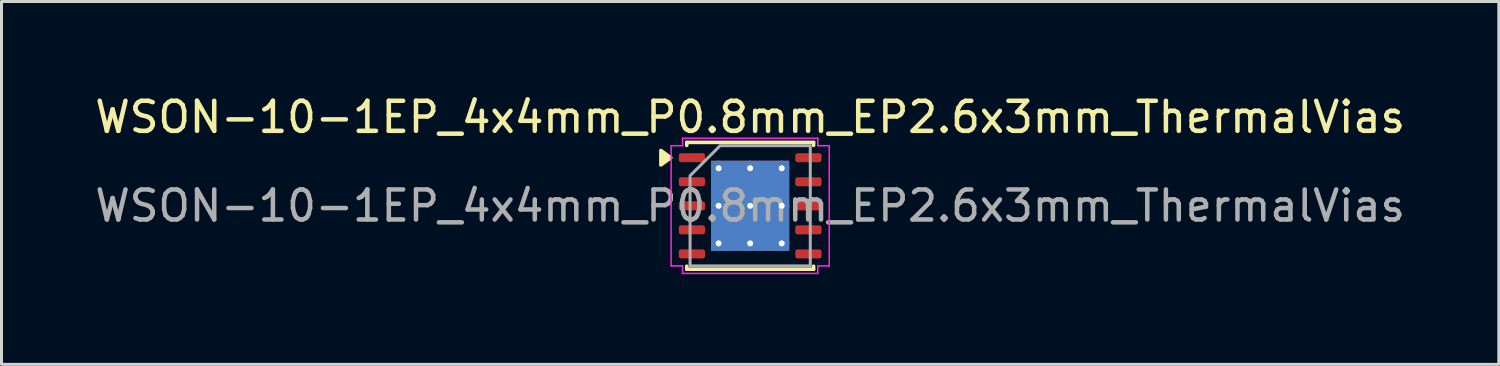
<source format=kicad_pcb>
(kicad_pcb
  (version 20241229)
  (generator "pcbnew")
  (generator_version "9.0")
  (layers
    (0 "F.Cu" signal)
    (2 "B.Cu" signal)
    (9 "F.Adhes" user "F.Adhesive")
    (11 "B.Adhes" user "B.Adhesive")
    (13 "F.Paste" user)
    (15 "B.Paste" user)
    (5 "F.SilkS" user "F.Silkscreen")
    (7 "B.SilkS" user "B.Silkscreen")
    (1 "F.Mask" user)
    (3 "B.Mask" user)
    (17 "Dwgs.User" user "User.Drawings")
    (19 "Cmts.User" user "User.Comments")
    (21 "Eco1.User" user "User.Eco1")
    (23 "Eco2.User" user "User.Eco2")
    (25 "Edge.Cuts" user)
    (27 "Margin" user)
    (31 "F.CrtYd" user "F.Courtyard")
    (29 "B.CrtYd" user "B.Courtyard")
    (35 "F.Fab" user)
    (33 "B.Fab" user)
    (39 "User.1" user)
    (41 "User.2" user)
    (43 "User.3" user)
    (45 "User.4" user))
  (footprint "WSON-10-1EP_4x4mm_P0.8mm_EP2.6x3mm_ThermalVias"
    (layer "F.Cu")
    (at 21.911 3.798)
    (property "Reference" "WSON-10-1EP_4x4mm_P0.8mm_EP2.6x3mm_ThermalVias" (at 0 -2.95 0) (layer "F.SilkS") (effects (font (size 1 1) (thickness 0.15))))
    (attr smd)
    (fp_line (start -2.11 -2.11) (end 2.11 -2.11) (stroke (width 0.12) (type solid)) (layer "F.SilkS"))
    (fp_line (start -2.11 -2.01) (end -2.11 -2.11) (stroke (width 0.12) (type solid)) (layer "F.SilkS"))
    (fp_line (start -2.11 2.11) (end -2.11 2.01) (stroke (width 0.12) (type solid)) (layer "F.SilkS"))
    (fp_line (start 2.11 -2.11) (end 2.11 -2.01) (stroke (width 0.12) (type solid)) (layer "F.SilkS"))
    (fp_line (start 2.11 2.01) (end 2.11 2.11) (stroke (width 0.12) (type solid)) (layer "F.SilkS"))
    (fp_line (start 2.11 2.11) (end -2.11 2.11) (stroke (width 0.12) (type solid)) (layer "F.SilkS"))
    (fp_poly (pts (xy -2.64 -1.6) (xy -2.97 -1.36) (xy -2.97 -1.84)) (stroke (width 0.12) (type solid)) (fill yes) (layer "F.SilkS"))
    (fp_line (start -2.63 -2) (end -2.25 -2) (stroke (width 0.05) (type solid)) (layer "F.CrtYd"))
    (fp_line (start -2.63 2) (end -2.63 -2) (stroke (width 0.05) (type solid)) (layer "F.CrtYd"))
    (fp_line (start -2.25 -2.25) (end 2.25 -2.25) (stroke (width 0.05) (type solid)) (layer "F.CrtYd"))
    (fp_line (start -2.25 -2) (end -2.25 -2.25) (stroke (width 0.05) (type solid)) (layer "F.CrtYd"))
    (fp_line (start -2.25 2) (end -2.63 2) (stroke (width 0.05) (type solid)) (layer "F.CrtYd"))
    (fp_line (start -2.25 2.25) (end -2.25 2) (stroke (width 0.05) (type solid)) (layer "F.CrtYd"))
    (fp_line (start 2.25 -2.25) (end 2.25 -2) (stroke (width 0.05) (type solid)) (layer "F.CrtYd"))
    (fp_line (start 2.25 -2) (end 2.63 -2) (stroke (width 0.05) (type solid)) (layer "F.CrtYd"))
    (fp_line (start 2.25 2) (end 2.25 2.25) (stroke (width 0.05) (type solid)) (layer "F.CrtYd"))
    (fp_line (start 2.25 2.25) (end -2.25 2.25) (stroke (width 0.05) (type solid)) (layer "F.CrtYd"))
    (fp_line (start 2.63 -2) (end 2.63 2) (stroke (width 0.05) (type solid)) (layer "F.CrtYd"))
    (fp_line (start 2.63 2) (end 2.25 2) (stroke (width 0.05) (type solid)) (layer "F.CrtYd"))
    (fp_poly (pts (xy -2 -1) (xy -2 2) (xy 2 2) (xy 2 -2) (xy -1 -2)) (stroke (width 0.1) (type solid)) (fill no) (layer "F.Fab"))
    (fp_text user "${REFERENCE}" (at 0 0 0) (layer "F.Fab") (effects (font (size 1 1) (thickness 0.15))))
    (pad "" smd roundrect (at -0.65 -0.75) (size 1.13 1.3) (layers "F.Paste") (roundrect_rratio 0.221))
    (pad "" smd roundrect (at -0.65 0.75) (size 1.13 1.3) (layers "F.Paste") (roundrect_rratio 0.221))
    (pad "" smd roundrect (at 0.65 -0.75) (size 1.13 1.3) (layers "F.Paste") (roundrect_rratio 0.221))
    (pad "" smd roundrect (at 0.65 0.75) (size 1.13 1.3) (layers "F.Paste") (roundrect_rratio 0.221))
    (pad "1" smd roundrect (at -1.938 -1.6) (size 0.875 0.3) (layers "F.Cu" "F.Mask" "F.Paste") (roundrect_rratio 0.25))
    (pad "2" smd roundrect (at -1.938 -0.8) (size 0.875 0.3) (layers "F.Cu" "F.Mask" "F.Paste") (roundrect_rratio 0.25))
    (pad "3" smd roundrect (at -1.938 0) (size 0.875 0.3) (layers "F.Cu" "F.Mask" "F.Paste") (roundrect_rratio 0.25))
    (pad "4" smd roundrect (at -1.938 0.8) (size 0.875 0.3) (layers "F.Cu" "F.Mask" "F.Paste") (roundrect_rratio 0.25))
    (pad "5" smd roundrect (at -1.938 1.6) (size 0.875 0.3) (layers "F.Cu" "F.Mask" "F.Paste") (roundrect_rratio 0.25))
    (pad "6" smd roundrect (at 1.938 1.6) (size 0.875 0.3) (layers "F.Cu" "F.Mask" "F.Paste") (roundrect_rratio 0.25))
    (pad "7" smd roundrect (at 1.938 0.8) (size 0.875 0.3) (layers "F.Cu" "F.Mask" "F.Paste") (roundrect_rratio 0.25))
    (pad "8" smd roundrect (at 1.938 0) (size 0.875 0.3) (layers "F.Cu" "F.Mask" "F.Paste") (roundrect_rratio 0.25))
    (pad "9" smd roundrect (at 1.938 -0.8) (size 0.875 0.3) (layers "F.Cu" "F.Mask" "F.Paste") (roundrect_rratio 0.25))
    (pad "10" smd roundrect (at 1.938 -1.6) (size 0.875 0.3) (layers "F.Cu" "F.Mask" "F.Paste") (roundrect_rratio 0.25))
    (pad "11" thru_hole circle (at -1.05 -1.25) (size 0.5 0.5) (drill 0.2) (property pad_prop_heatsink) (layers "*.Cu"))
    (pad "11" thru_hole circle (at -1.05 0) (size 0.5 0.5) (drill 0.2) (property pad_prop_heatsink) (layers "*.Cu"))
    (pad "11" thru_hole circle (at -1.05 1.25) (size 0.5 0.5) (drill 0.2) (property pad_prop_heatsink) (layers "*.Cu"))
    (pad "11" thru_hole circle (at 0 -1.25) (size 0.5 0.5) (drill 0.2) (property pad_prop_heatsink) (layers "*.Cu"))
    (pad "11" thru_hole circle (at 0 0) (size 0.5 0.5) (drill 0.2) (property pad_prop_heatsink) (layers "*.Cu"))
    (pad "11" smd rect (at 0 0) (size 2.6 3) (property pad_prop_heatsink) (layers "F.Cu" "F.Mask"))
    (pad "11" smd rect (at 0 0) (size 2.6 3) (property pad_prop_heatsink) (layers "B.Cu"))
    (pad "11" thru_hole circle (at 0 1.25) (size 0.5 0.5) (drill 0.2) (property pad_prop_heatsink) (layers "*.Cu"))
    (pad "11" thru_hole circle (at 1.05 -1.25) (size 0.5 0.5) (drill 0.2) (property pad_prop_heatsink) (layers "*.Cu"))
    (pad "11" thru_hole circle (at 1.05 0) (size 0.5 0.5) (drill 0.2) (property pad_prop_heatsink) (layers "*.Cu"))
    (pad "11" thru_hole circle (at 1.05 1.25) (size 0.5 0.5) (drill 0.2) (property pad_prop_heatsink) (layers "*.Cu")))
  (gr_rect
    (start -3 -3)
    (end 46.821 9.073)
    (stroke (width 0.1) (type default))
    (fill no)
    (layer "Edge.Cuts")))
</source>
